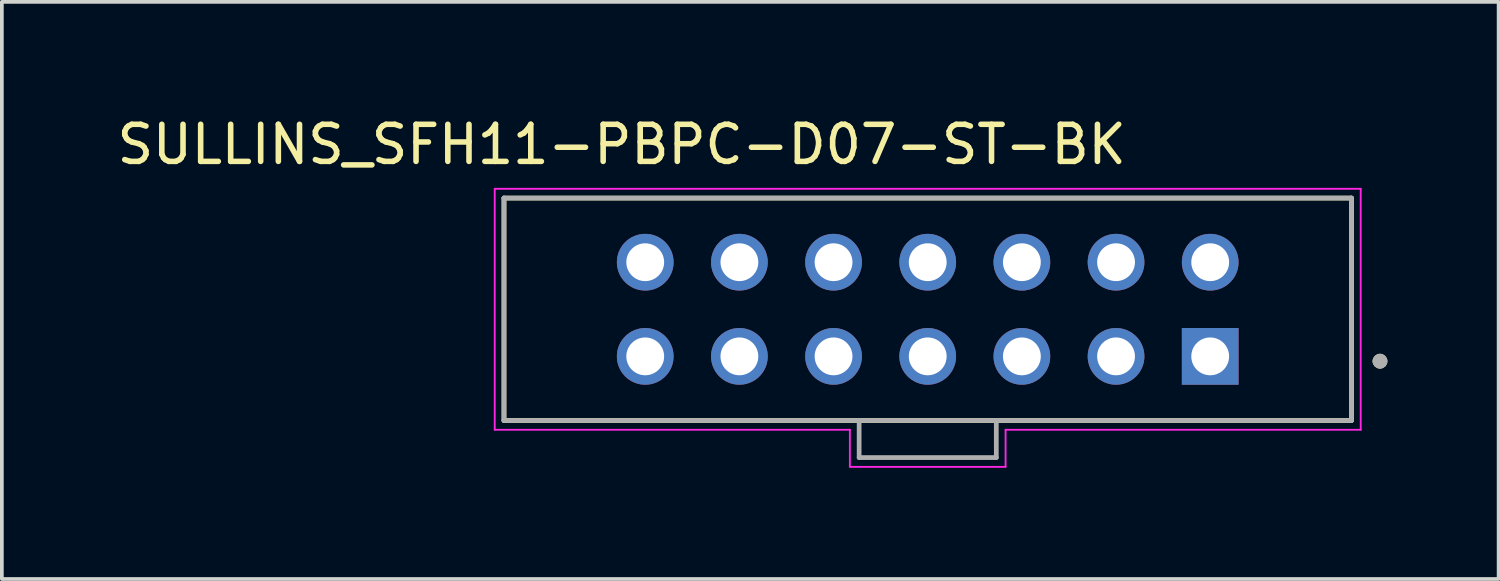
<source format=kicad_pcb>
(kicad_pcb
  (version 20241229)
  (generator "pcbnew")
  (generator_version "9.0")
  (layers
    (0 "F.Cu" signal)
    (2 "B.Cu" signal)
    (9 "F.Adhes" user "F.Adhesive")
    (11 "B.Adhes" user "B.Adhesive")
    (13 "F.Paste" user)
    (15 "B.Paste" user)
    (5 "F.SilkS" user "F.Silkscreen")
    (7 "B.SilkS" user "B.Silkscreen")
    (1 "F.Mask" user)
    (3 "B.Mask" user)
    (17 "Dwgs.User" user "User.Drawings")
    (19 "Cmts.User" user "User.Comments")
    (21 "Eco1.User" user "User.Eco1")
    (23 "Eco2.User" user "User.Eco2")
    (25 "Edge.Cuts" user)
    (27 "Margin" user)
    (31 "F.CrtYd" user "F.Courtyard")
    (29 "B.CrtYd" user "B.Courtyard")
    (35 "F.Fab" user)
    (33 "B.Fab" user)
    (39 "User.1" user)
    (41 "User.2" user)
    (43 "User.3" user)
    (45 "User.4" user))
  (footprint "SULLINS_SFH11-PBPC-D07-ST-BK"
    (layer "F.Cu")
    (at 21.975 5.293)
    (property "Reference" "SULLINS_SFH11-PBPC-D07-ST-BK" (at -8.255 -4.445 0) (layer "F.SilkS") (effects (font (size 1 1) (thickness 0.15))))
    (attr through_hole)
    (fp_line (start -11.43 -3) (end -11.43 3) (stroke (width 0.127) (type solid)) (layer "F.SilkS"))
    (fp_line (start -11.43 3) (end 11.43 3) (stroke (width 0.127) (type solid)) (layer "F.SilkS"))
    (fp_line (start 11.43 -3) (end -11.43 -3) (stroke (width 0.127) (type solid)) (layer "F.SilkS"))
    (fp_line (start 11.43 3) (end 11.43 -3) (stroke (width 0.127) (type solid)) (layer "F.SilkS"))
    (fp_circle (center 12.2 1.4) (end 12.3 1.4) (stroke (width 0.2) (type solid)) (fill no) (layer "F.SilkS"))
    (fp_line (start -11.68 -3.25) (end 11.68 -3.25) (stroke (width 0.05) (type solid)) (layer "F.CrtYd"))
    (fp_line (start -11.68 3.25) (end -11.68 -3.25) (stroke (width 0.05) (type solid)) (layer "F.CrtYd"))
    (fp_line (start -2.1 3.25) (end -11.68 3.25) (stroke (width 0.05) (type solid)) (layer "F.CrtYd"))
    (fp_line (start -2.1 4.25) (end -2.1 3.25) (stroke (width 0.05) (type solid)) (layer "F.CrtYd"))
    (fp_line (start 2.1 3.25) (end 2.1 4.25) (stroke (width 0.05) (type solid)) (layer "F.CrtYd"))
    (fp_line (start 2.1 4.25) (end -2.1 4.25) (stroke (width 0.05) (type solid)) (layer "F.CrtYd"))
    (fp_line (start 11.68 -3.25) (end 11.68 3.25) (stroke (width 0.05) (type solid)) (layer "F.CrtYd"))
    (fp_line (start 11.68 3.25) (end 2.1 3.25) (stroke (width 0.05) (type solid)) (layer "F.CrtYd"))
    (fp_line (start -11.43 -3) (end -11.43 3) (stroke (width 0.127) (type solid)) (layer "F.Fab"))
    (fp_line (start -11.43 3) (end -1.85 3) (stroke (width 0.127) (type solid)) (layer "F.Fab"))
    (fp_line (start -1.85 3) (end -1.85 4) (stroke (width 0.127) (type solid)) (layer "F.Fab"))
    (fp_line (start -1.85 3) (end 1.85 3) (stroke (width 0.127) (type solid)) (layer "F.Fab"))
    (fp_line (start -1.85 4) (end 1.85 4) (stroke (width 0.127) (type solid)) (layer "F.Fab"))
    (fp_line (start 1.85 3) (end 11.43 3) (stroke (width 0.127) (type solid)) (layer "F.Fab"))
    (fp_line (start 1.85 4) (end 1.85 3) (stroke (width 0.127) (type solid)) (layer "F.Fab"))
    (fp_line (start 11.43 -3) (end -11.43 -3) (stroke (width 0.127) (type solid)) (layer "F.Fab"))
    (fp_line (start 11.43 3) (end 11.43 -3) (stroke (width 0.127) (type solid)) (layer "F.Fab"))
    (fp_circle (center 12.2 1.4) (end 12.3 1.4) (stroke (width 0.2) (type solid)) (fill no) (layer "F.Fab"))
    (pad "1" thru_hole rect (at 7.62 1.27) (size 1.53 1.53) (drill 1.02) (layers "*.Cu" "*.Mask"))
    (pad "2" thru_hole circle (at 7.62 -1.27) (size 1.53 1.53) (drill 1.02) (layers "*.Cu" "*.Mask"))
    (pad "3" thru_hole circle (at 5.08 1.27) (size 1.53 1.53) (drill 1.02) (layers "*.Cu" "*.Mask"))
    (pad "4" thru_hole circle (at 5.08 -1.27) (size 1.53 1.53) (drill 1.02) (layers "*.Cu" "*.Mask"))
    (pad "5" thru_hole circle (at 2.54 1.27) (size 1.53 1.53) (drill 1.02) (layers "*.Cu" "*.Mask"))
    (pad "6" thru_hole circle (at 2.54 -1.27) (size 1.53 1.53) (drill 1.02) (layers "*.Cu" "*.Mask"))
    (pad "7" thru_hole circle (at 0 1.27) (size 1.53 1.53) (drill 1.02) (layers "*.Cu" "*.Mask"))
    (pad "8" thru_hole circle (at 0 -1.27) (size 1.53 1.53) (drill 1.02) (layers "*.Cu" "*.Mask"))
    (pad "9" thru_hole circle (at -2.54 1.27) (size 1.53 1.53) (drill 1.02) (layers "*.Cu" "*.Mask"))
    (pad "10" thru_hole circle (at -2.54 -1.27) (size 1.53 1.53) (drill 1.02) (layers "*.Cu" "*.Mask"))
    (pad "11" thru_hole circle (at -5.08 1.27) (size 1.53 1.53) (drill 1.02) (layers "*.Cu" "*.Mask"))
    (pad "12" thru_hole circle (at -5.08 -1.27) (size 1.53 1.53) (drill 1.02) (layers "*.Cu" "*.Mask"))
    (pad "13" thru_hole circle (at -7.62 1.27) (size 1.53 1.53) (drill 1.02) (layers "*.Cu" "*.Mask"))
    (pad "14" thru_hole circle (at -7.62 -1.27) (size 1.53 1.53) (drill 1.02) (layers "*.Cu" "*.Mask")))
  (gr_rect
    (start -3 -3)
    (end 37.375 12.568)
    (stroke (width 0.1) (type default))
    (fill no)
    (layer "Edge.Cuts")))
</source>
